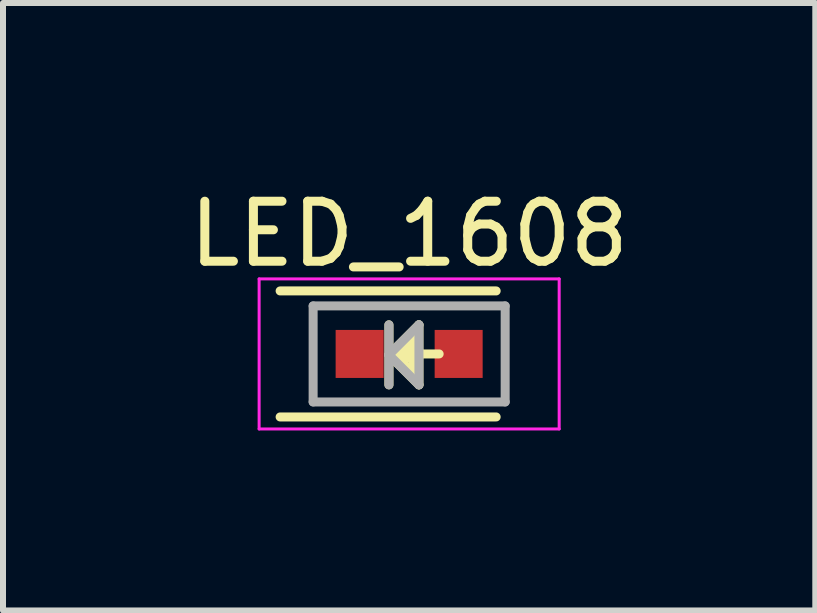
<source format=kicad_pcb>
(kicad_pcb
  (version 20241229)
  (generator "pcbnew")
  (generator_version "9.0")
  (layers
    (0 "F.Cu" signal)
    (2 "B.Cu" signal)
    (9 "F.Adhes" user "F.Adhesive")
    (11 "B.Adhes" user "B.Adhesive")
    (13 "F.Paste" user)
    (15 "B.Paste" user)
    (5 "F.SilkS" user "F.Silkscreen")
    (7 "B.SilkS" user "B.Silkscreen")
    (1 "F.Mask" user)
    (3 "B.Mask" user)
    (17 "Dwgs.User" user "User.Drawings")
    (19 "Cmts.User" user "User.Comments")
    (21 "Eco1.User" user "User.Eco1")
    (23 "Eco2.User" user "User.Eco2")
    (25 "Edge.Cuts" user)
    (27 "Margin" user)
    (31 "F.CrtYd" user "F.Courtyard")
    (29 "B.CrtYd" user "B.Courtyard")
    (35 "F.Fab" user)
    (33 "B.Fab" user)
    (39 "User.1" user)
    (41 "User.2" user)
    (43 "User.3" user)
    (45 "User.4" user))
  (footprint "LED_1608"
    (layer "F.Cu")
    (at 3.768 2.848)
    (property "Reference" "LED_1608" (at 0 -2 0) (layer "F.SilkS") (effects (font (size 1 1) (thickness 0.15))))
    (attr smd)
    (fp_line (start -2.15 -1.05) (end 1.45 -1.05) (stroke (width 0.15) (type solid)) (layer "F.SilkS"))
    (fp_line (start -2.15 1.05) (end 1.45 1.05) (stroke (width 0.15) (type solid)) (layer "F.SilkS"))
    (fp_line (start -0.337 -0.485) (end -0.337 0.515) (stroke (width 0.15) (type solid)) (layer "F.SilkS"))
    (fp_line (start -0.337 0.015) (end 0.163 -0.485) (stroke (width 0.15) (type solid)) (layer "F.SilkS"))
    (fp_line (start -0.237 0.015) (end -0.037 -0.185) (stroke (width 0.15) (type solid)) (layer "F.SilkS"))
    (fp_line (start -0.037 -0.185) (end -0.037 0.065) (stroke (width 0.15) (type solid)) (layer "F.SilkS"))
    (fp_line (start -0.037 0.065) (end -0.087 0.015) (stroke (width 0.15) (type solid)) (layer "F.SilkS"))
    (fp_line (start 0 0) (end 0.5 0) (stroke (width 0.15) (type solid)) (layer "F.SilkS"))
    (fp_line (start 0.063 -0.285) (end 0.063 0.315) (stroke (width 0.15) (type solid)) (layer "F.SilkS"))
    (fp_line (start 0.063 0.315) (end -0.237 0.015) (stroke (width 0.15) (type solid)) (layer "F.SilkS"))
    (fp_line (start 0.163 -0.485) (end 0.163 0.515) (stroke (width 0.15) (type solid)) (layer "F.SilkS"))
    (fp_line (start 0.163 0.515) (end -0.337 0.015) (stroke (width 0.15) (type solid)) (layer "F.SilkS"))
    (fp_line (start -2.5 -1.25) (end -2.5 1.25) (stroke (width 0.05) (type solid)) (layer "F.CrtYd"))
    (fp_line (start -2.5 1.25) (end 2.5 1.25) (stroke (width 0.05) (type solid)) (layer "F.CrtYd"))
    (fp_line (start 2.5 -1.25) (end -2.5 -1.25) (stroke (width 0.05) (type solid)) (layer "F.CrtYd"))
    (fp_line (start 2.5 1.25) (end 2.5 -1.25) (stroke (width 0.05) (type solid)) (layer "F.CrtYd"))
    (fp_line (start -1.6 -0.8) (end 1.6 -0.8) (stroke (width 0.15) (type solid)) (layer "F.Fab"))
    (fp_line (start -1.6 0.8) (end -1.6 -0.8) (stroke (width 0.15) (type solid)) (layer "F.Fab"))
    (fp_line (start -0.337 -0.485) (end -0.337 0.515) (stroke (width 0.15) (type solid)) (layer "F.Fab"))
    (fp_line (start -0.337 0.015) (end 0.163 -0.485) (stroke (width 0.15) (type solid)) (layer "F.Fab"))
    (fp_line (start 0.163 -0.485) (end 0.163 0.515) (stroke (width 0.15) (type solid)) (layer "F.Fab"))
    (fp_line (start 0.163 0.515) (end -0.337 0.015) (stroke (width 0.15) (type solid)) (layer "F.Fab"))
    (fp_line (start 1.6 -0.8) (end 1.6 0.8) (stroke (width 0.15) (type solid)) (layer "F.Fab"))
    (fp_line (start 1.6 0.8) (end -1.6 0.8) (stroke (width 0.15) (type solid)) (layer "F.Fab"))
    (pad "1" smd rect (at -0.825 0 180) (size 0.8 0.8) (layers "F.Cu" "F.Mask" "F.Paste"))
    (pad "2" smd rect (at 0.825 0 180) (size 0.8 0.8) (layers "F.Cu" "F.Mask" "F.Paste")))
  (gr_rect
    (start -3 -3)
    (end 10.536 7.123)
    (stroke (width 0.1) (type default))
    (fill no)
    (layer "Edge.Cuts")))
</source>
